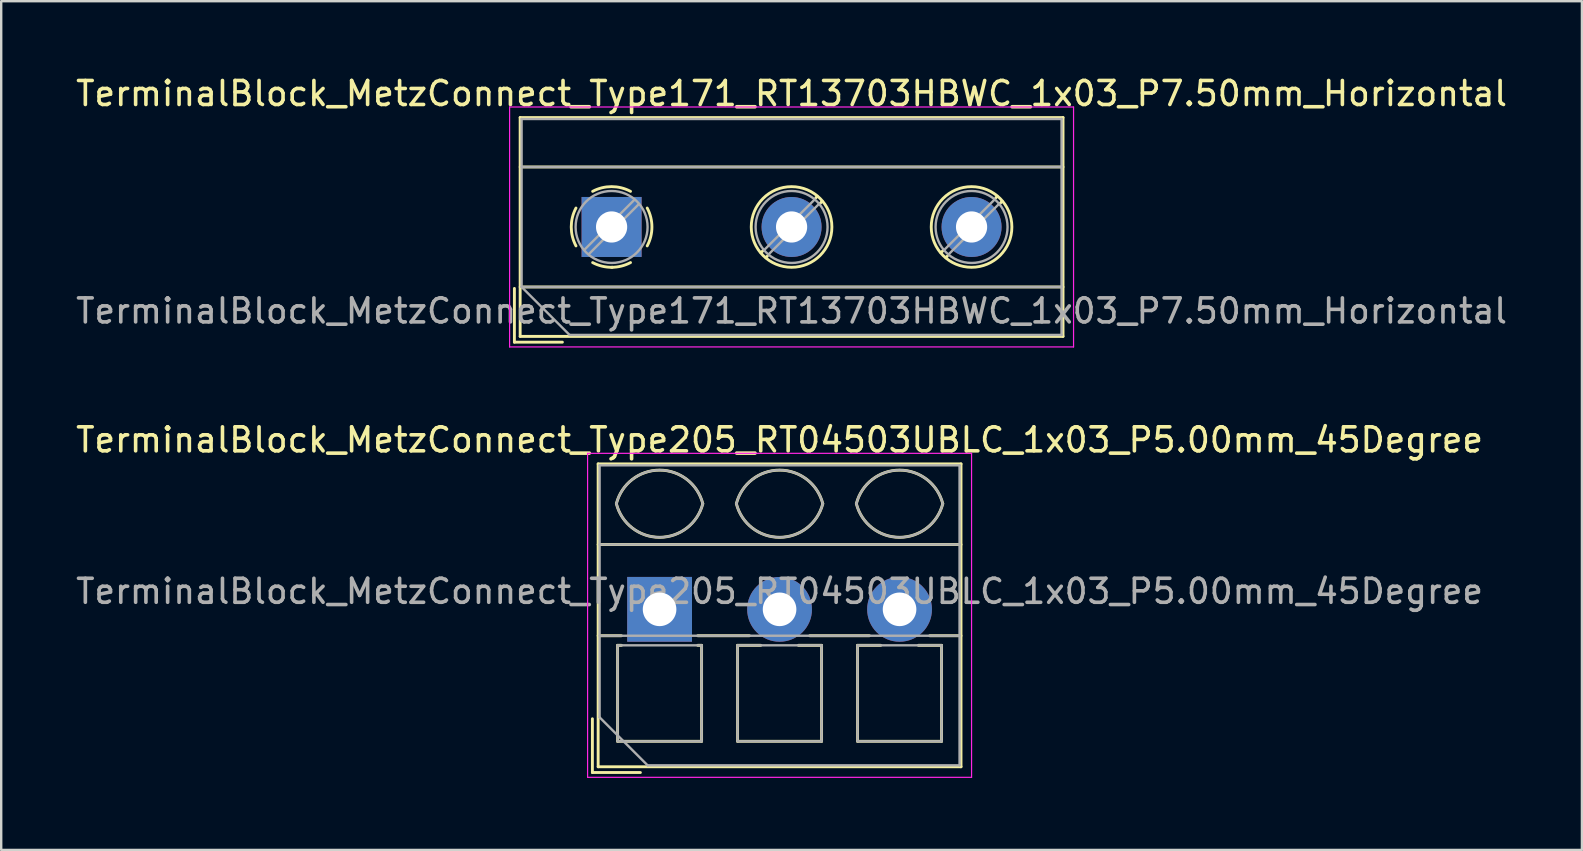
<source format=kicad_pcb>
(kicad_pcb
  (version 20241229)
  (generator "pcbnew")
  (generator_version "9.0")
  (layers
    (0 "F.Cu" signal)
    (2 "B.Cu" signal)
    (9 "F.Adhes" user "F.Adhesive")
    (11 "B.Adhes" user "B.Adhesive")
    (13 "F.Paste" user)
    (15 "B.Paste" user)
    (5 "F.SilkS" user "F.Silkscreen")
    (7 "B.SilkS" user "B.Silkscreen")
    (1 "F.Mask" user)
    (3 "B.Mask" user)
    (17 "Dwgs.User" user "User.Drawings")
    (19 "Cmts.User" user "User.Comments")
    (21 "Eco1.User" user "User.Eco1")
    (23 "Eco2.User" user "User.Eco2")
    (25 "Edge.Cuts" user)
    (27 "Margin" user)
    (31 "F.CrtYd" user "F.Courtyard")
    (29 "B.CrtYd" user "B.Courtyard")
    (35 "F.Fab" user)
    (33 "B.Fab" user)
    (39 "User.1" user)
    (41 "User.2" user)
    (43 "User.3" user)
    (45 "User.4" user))
  (footprint "TerminalBlock_MetzConnect_Type171_RT13703HBWC_1x03_P7.50mm_Horizontal"
    (layer "F.Cu")
    (at 22.435 6.408)
    (property "Reference" "TerminalBlock_MetzConnect_Type171_RT13703HBWC_1x03_P7.50mm_Horizontal" (at 7.5 -5.56 0) (layer "F.SilkS") (effects (font (size 1 1) (thickness 0.15))))
    (attr through_hole)
    (fp_line (start -4.05 2.56) (end -4.05 4.8) (stroke (width 0.12) (type solid)) (layer "F.SilkS"))
    (fp_line (start -4.05 4.8) (end -2.05 4.8) (stroke (width 0.12) (type solid)) (layer "F.SilkS"))
    (fp_line (start -3.81 -4.56) (end -3.81 4.56) (stroke (width 0.12) (type solid)) (layer "F.SilkS"))
    (fp_line (start -3.81 -4.56) (end 18.811 -4.56) (stroke (width 0.12) (type solid)) (layer "F.SilkS"))
    (fp_line (start -3.81 -2.5) (end 18.811 -2.5) (stroke (width 0.12) (type solid)) (layer "F.SilkS"))
    (fp_line (start -3.81 2.5) (end 18.811 2.5) (stroke (width 0.12) (type solid)) (layer "F.SilkS"))
    (fp_line (start -3.81 4.56) (end 18.811 4.56) (stroke (width 0.12) (type solid)) (layer "F.SilkS"))
    (fp_line (start 6.32 0.976) (end 6.226 1.069) (stroke (width 0.12) (type solid)) (layer "F.SilkS"))
    (fp_line (start 6.49 1.216) (end 6.431 1.274) (stroke (width 0.12) (type solid)) (layer "F.SilkS"))
    (fp_line (start 8.57 -1.275) (end 8.511 -1.216) (stroke (width 0.12) (type solid)) (layer "F.SilkS"))
    (fp_line (start 8.775 -1.069) (end 8.681 -0.976) (stroke (width 0.12) (type solid)) (layer "F.SilkS"))
    (fp_line (start 13.82 0.976) (end 13.726 1.069) (stroke (width 0.12) (type solid)) (layer "F.SilkS"))
    (fp_line (start 13.99 1.216) (end 13.931 1.274) (stroke (width 0.12) (type solid)) (layer "F.SilkS"))
    (fp_line (start 16.07 -1.275) (end 16.011 -1.216) (stroke (width 0.12) (type solid)) (layer "F.SilkS"))
    (fp_line (start 16.275 -1.069) (end 16.181 -0.976) (stroke (width 0.12) (type solid)) (layer "F.SilkS"))
    (fp_line (start 18.811 -4.56) (end 18.811 4.56) (stroke (width 0.12) (type solid)) (layer "F.SilkS"))
    (fp_arc (start -1.483953 0.789089) (mid -1.680708 0.00005) (end -1.484 -0.789) (stroke (width 0.12) (type solid)) (layer "F.SilkS"))
    (fp_arc (start -0.789089 -1.483953) (mid -0.00005 -1.680708) (end 0.789 -1.484) (stroke (width 0.12) (type solid)) (layer "F.SilkS"))
    (fp_arc (start 0.029383 1.68045) (mid -0.392304 1.634281) (end -0.789 1.484) (stroke (width 0.12) (type solid)) (layer "F.SilkS"))
    (fp_arc (start 0.788712 1.483352) (mid 0.406429 1.630097) (end 0 1.68) (stroke (width 0.12) (type solid)) (layer "F.SilkS"))
    (fp_arc (start 1.483953 -0.789089) (mid 1.680708 -0.00005) (end 1.484 0.789) (stroke (width 0.12) (type solid)) (layer "F.SilkS"))
    (fp_circle (center 7.5 0) (end 9.18 0) (stroke (width 0.12) (type solid)) (fill no) (layer "F.SilkS"))
    (fp_circle (center 15 0) (end 16.68 0) (stroke (width 0.12) (type solid)) (fill no) (layer "F.SilkS"))
    (fp_line (start -4.25 -5) (end -4.25 5) (stroke (width 0.05) (type solid)) (layer "F.CrtYd"))
    (fp_line (start -4.25 5) (end 19.25 5) (stroke (width 0.05) (type solid)) (layer "F.CrtYd"))
    (fp_line (start 19.25 -5) (end -4.25 -5) (stroke (width 0.05) (type solid)) (layer "F.CrtYd"))
    (fp_line (start 19.25 5) (end 19.25 -5) (stroke (width 0.05) (type solid)) (layer "F.CrtYd"))
    (fp_line (start -3.75 -4.5) (end 18.75 -4.5) (stroke (width 0.1) (type solid)) (layer "F.Fab"))
    (fp_line (start -3.75 -2.5) (end 18.75 -2.5) (stroke (width 0.1) (type solid)) (layer "F.Fab"))
    (fp_line (start -3.75 2.5) (end -3.75 -4.5) (stroke (width 0.1) (type solid)) (layer "F.Fab"))
    (fp_line (start -3.75 2.5) (end 18.75 2.5) (stroke (width 0.1) (type solid)) (layer "F.Fab"))
    (fp_line (start -1.75 4.5) (end -3.75 2.5) (stroke (width 0.1) (type solid)) (layer "F.Fab"))
    (fp_line (start 0.955 -1.138) (end -1.138 0.955) (stroke (width 0.1) (type solid)) (layer "F.Fab"))
    (fp_line (start 1.138 -0.955) (end -0.955 1.138) (stroke (width 0.1) (type solid)) (layer "F.Fab"))
    (fp_line (start 8.455 -1.138) (end 6.363 0.955) (stroke (width 0.1) (type solid)) (layer "F.Fab"))
    (fp_line (start 8.638 -0.955) (end 6.546 1.138) (stroke (width 0.1) (type solid)) (layer "F.Fab"))
    (fp_line (start 15.955 -1.138) (end 13.863 0.955) (stroke (width 0.1) (type solid)) (layer "F.Fab"))
    (fp_line (start 16.138 -0.955) (end 14.046 1.138) (stroke (width 0.1) (type solid)) (layer "F.Fab"))
    (fp_line (start 18.75 -4.5) (end 18.75 4.5) (stroke (width 0.1) (type solid)) (layer "F.Fab"))
    (fp_line (start 18.75 4.5) (end -1.75 4.5) (stroke (width 0.1) (type solid)) (layer "F.Fab"))
    (fp_circle (center 0 0) (end 1.5 0) (stroke (width 0.1) (type solid)) (fill no) (layer "F.Fab"))
    (fp_circle (center 7.5 0) (end 9 0) (stroke (width 0.1) (type solid)) (fill no) (layer "F.Fab"))
    (fp_circle (center 15 0) (end 16.5 0) (stroke (width 0.1) (type solid)) (fill no) (layer "F.Fab"))
    (fp_text user "${REFERENCE}" (at 7.5 3.5 0) (layer "F.Fab") (effects (font (size 1 1) (thickness 0.15))))
    (pad "1" thru_hole rect (at 0 0) (size 2.5 2.5) (drill 1.3) (layers "*.Cu" "*.Mask"))
    (pad "2" thru_hole circle (at 7.5 0) (size 2.5 2.5) (drill 1.3) (layers "*.Cu" "*.Mask"))
    (pad "3" thru_hole circle (at 15 0) (size 2.5 2.5) (drill 1.3) (layers "*.Cu" "*.Mask")))
  (footprint "TerminalBlock_MetzConnect_Type205_RT04503UBLC_1x03_P5.00mm_45Degree"
    (layer "F.Cu")
    (at 24.435 22.341)
    (property "Reference" "TerminalBlock_MetzConnect_Type205_RT04503UBLC_1x03_P5.00mm_45Degree" (at 5 -7.06 0) (layer "F.SilkS") (effects (font (size 1 1) (thickness 0.15))))
    (attr through_hole)
    (fp_line (start -2.8 4.56) (end -2.8 6.8) (stroke (width 0.12) (type solid)) (layer "F.SilkS"))
    (fp_line (start -2.8 6.8) (end -0.8 6.8) (stroke (width 0.12) (type solid)) (layer "F.SilkS"))
    (fp_line (start -2.56 -6.06) (end -2.56 6.56) (stroke (width 0.12) (type solid)) (layer "F.SilkS"))
    (fp_line (start -2.56 -6.06) (end 12.56 -6.06) (stroke (width 0.12) (type solid)) (layer "F.SilkS"))
    (fp_line (start -2.56 -2.7) (end 12.56 -2.7) (stroke (width 0.12) (type solid)) (layer "F.SilkS"))
    (fp_line (start -2.56 1.1) (end -1.59 1.1) (stroke (width 0.12) (type solid)) (layer "F.SilkS"))
    (fp_line (start -2.56 6.56) (end 12.56 6.56) (stroke (width 0.12) (type solid)) (layer "F.SilkS"))
    (fp_line (start -1.75 1.5) (end -1.75 5.5) (stroke (width 0.12) (type solid)) (layer "F.SilkS"))
    (fp_line (start -1.75 1.5) (end -1.59 1.5) (stroke (width 0.12) (type solid)) (layer "F.SilkS"))
    (fp_line (start -1.75 5.5) (end 1.75 5.5) (stroke (width 0.12) (type solid)) (layer "F.SilkS"))
    (fp_line (start 1.59 1.1) (end 3.744 1.1) (stroke (width 0.12) (type solid)) (layer "F.SilkS"))
    (fp_line (start 1.59 1.5) (end 1.75 1.5) (stroke (width 0.12) (type solid)) (layer "F.SilkS"))
    (fp_line (start 1.75 1.5) (end 1.75 5.5) (stroke (width 0.12) (type solid)) (layer "F.SilkS"))
    (fp_line (start 3.25 1.5) (end 3.25 5.5) (stroke (width 0.12) (type solid)) (layer "F.SilkS"))
    (fp_line (start 3.25 1.5) (end 4.216 1.5) (stroke (width 0.12) (type solid)) (layer "F.SilkS"))
    (fp_line (start 3.25 5.5) (end 6.75 5.5) (stroke (width 0.12) (type solid)) (layer "F.SilkS"))
    (fp_line (start 5.785 1.5) (end 6.75 1.5) (stroke (width 0.12) (type solid)) (layer "F.SilkS"))
    (fp_line (start 6.257 1.1) (end 8.744 1.1) (stroke (width 0.12) (type solid)) (layer "F.SilkS"))
    (fp_line (start 6.75 1.5) (end 6.75 5.5) (stroke (width 0.12) (type solid)) (layer "F.SilkS"))
    (fp_line (start 8.25 1.5) (end 8.25 5.5) (stroke (width 0.12) (type solid)) (layer "F.SilkS"))
    (fp_line (start 8.25 1.5) (end 9.216 1.5) (stroke (width 0.12) (type solid)) (layer "F.SilkS"))
    (fp_line (start 8.25 5.5) (end 11.75 5.5) (stroke (width 0.12) (type solid)) (layer "F.SilkS"))
    (fp_line (start 10.785 1.5) (end 11.75 1.5) (stroke (width 0.12) (type solid)) (layer "F.SilkS"))
    (fp_line (start 11.257 1.1) (end 12.56 1.1) (stroke (width 0.12) (type solid)) (layer "F.SilkS"))
    (fp_line (start 11.75 1.5) (end 11.75 5.5) (stroke (width 0.12) (type solid)) (layer "F.SilkS"))
    (fp_line (start 12.56 -6.06) (end 12.56 6.56) (stroke (width 0.12) (type solid)) (layer "F.SilkS"))
    (fp_arc (start -1.800846 -4.400605) (mid 0.000312 -5.801077) (end 1.801 -4.4) (stroke (width 0.12) (type solid)) (layer "F.SilkS"))
    (fp_arc (start 1.8 -4.4) (mid -0.000903 -3.000646) (end -1.800445 -4.401751) (stroke (width 0.12) (type solid)) (layer "F.SilkS"))
    (fp_arc (start 3.199154 -4.400605) (mid 5.000312 -5.801077) (end 6.801 -4.4) (stroke (width 0.12) (type solid)) (layer "F.SilkS"))
    (fp_arc (start 6.8 -4.4) (mid 4.999097 -3.000646) (end 3.199555 -4.401751) (stroke (width 0.12) (type solid)) (layer "F.SilkS"))
    (fp_arc (start 8.199154 -4.400605) (mid 10.000312 -5.801077) (end 11.801 -4.4) (stroke (width 0.12) (type solid)) (layer "F.SilkS"))
    (fp_arc (start 11.8 -4.4) (mid 9.999097 -3.000646) (end 8.199555 -4.401751) (stroke (width 0.12) (type solid)) (layer "F.SilkS"))
    (fp_line (start -3 -6.5) (end -3 7) (stroke (width 0.05) (type solid)) (layer "F.CrtYd"))
    (fp_line (start -3 7) (end 13 7) (stroke (width 0.05) (type solid)) (layer "F.CrtYd"))
    (fp_line (start 13 -6.5) (end -3 -6.5) (stroke (width 0.05) (type solid)) (layer "F.CrtYd"))
    (fp_line (start 13 7) (end 13 -6.5) (stroke (width 0.05) (type solid)) (layer "F.CrtYd"))
    (fp_line (start -2.5 -6) (end 12.5 -6) (stroke (width 0.1) (type solid)) (layer "F.Fab"))
    (fp_line (start -2.5 -2.7) (end 12.5 -2.7) (stroke (width 0.1) (type solid)) (layer "F.Fab"))
    (fp_line (start -2.5 1.1) (end 12.5 1.1) (stroke (width 0.1) (type solid)) (layer "F.Fab"))
    (fp_line (start -2.5 4.5) (end -2.5 -6) (stroke (width 0.1) (type solid)) (layer "F.Fab"))
    (fp_line (start -1.75 1.5) (end -1.75 5.5) (stroke (width 0.1) (type solid)) (layer "F.Fab"))
    (fp_line (start -1.75 5.5) (end 1.75 5.5) (stroke (width 0.1) (type solid)) (layer "F.Fab"))
    (fp_line (start -0.5 6.5) (end -2.5 4.5) (stroke (width 0.1) (type solid)) (layer "F.Fab"))
    (fp_line (start 1.75 1.5) (end -1.75 1.5) (stroke (width 0.1) (type solid)) (layer "F.Fab"))
    (fp_line (start 1.75 5.5) (end 1.75 1.5) (stroke (width 0.1) (type solid)) (layer "F.Fab"))
    (fp_line (start 3.25 1.5) (end 3.25 5.5) (stroke (width 0.1) (type solid)) (layer "F.Fab"))
    (fp_line (start 3.25 5.5) (end 6.75 5.5) (stroke (width 0.1) (type solid)) (layer "F.Fab"))
    (fp_line (start 6.75 1.5) (end 3.25 1.5) (stroke (width 0.1) (type solid)) (layer "F.Fab"))
    (fp_line (start 6.75 5.5) (end 6.75 1.5) (stroke (width 0.1) (type solid)) (layer "F.Fab"))
    (fp_line (start 8.25 1.5) (end 8.25 5.5) (stroke (width 0.1) (type solid)) (layer "F.Fab"))
    (fp_line (start 8.25 5.5) (end 11.75 5.5) (stroke (width 0.1) (type solid)) (layer "F.Fab"))
    (fp_line (start 11.75 1.5) (end 8.25 1.5) (stroke (width 0.1) (type solid)) (layer "F.Fab"))
    (fp_line (start 11.75 5.5) (end 11.75 1.5) (stroke (width 0.1) (type solid)) (layer "F.Fab"))
    (fp_line (start 12.5 -6) (end 12.5 6.5) (stroke (width 0.1) (type solid)) (layer "F.Fab"))
    (fp_line (start 12.5 6.5) (end -0.5 6.5) (stroke (width 0.1) (type solid)) (layer "F.Fab"))
    (fp_arc (start -1.800846 -4.400605) (mid 0.000312 -5.801077) (end 1.801 -4.4) (stroke (width 0.1) (type solid)) (layer "F.Fab"))
    (fp_arc (start 1.8 -4.4) (mid -0.000903 -3.000646) (end -1.800445 -4.401751) (stroke (width 0.1) (type solid)) (layer "F.Fab"))
    (fp_arc (start 3.199154 -4.400605) (mid 5.000312 -5.801077) (end 6.801 -4.4) (stroke (width 0.1) (type solid)) (layer "F.Fab"))
    (fp_arc (start 6.8 -4.4) (mid 4.999097 -3.000646) (end 3.199555 -4.401751) (stroke (width 0.1) (type solid)) (layer "F.Fab"))
    (fp_arc (start 8.199154 -4.400605) (mid 10.000312 -5.801077) (end 11.801 -4.4) (stroke (width 0.1) (type solid)) (layer "F.Fab"))
    (fp_arc (start 11.8 -4.4) (mid 9.999097 -3.000646) (end 8.199555 -4.401751) (stroke (width 0.1) (type solid)) (layer "F.Fab"))
    (fp_text user "${REFERENCE}" (at 5 -0.75 0) (layer "F.Fab") (effects (font (size 1 1) (thickness 0.15))))
    (pad "1" thru_hole rect (at 0 0) (size 2.7 2.7) (drill 1.4) (layers "*.Cu" "*.Mask"))
    (pad "2" thru_hole circle (at 5 0) (size 2.7 2.7) (drill 1.4) (layers "*.Cu" "*.Mask"))
    (pad "3" thru_hole circle (at 10 0) (size 2.7 2.7) (drill 1.4) (layers "*.Cu" "*.Mask")))
  (gr_rect
    (start -3 -3)
    (end 62.869 32.367)
    (stroke (width 0.1) (type default))
    (fill no)
    (layer "Edge.Cuts")))
</source>
